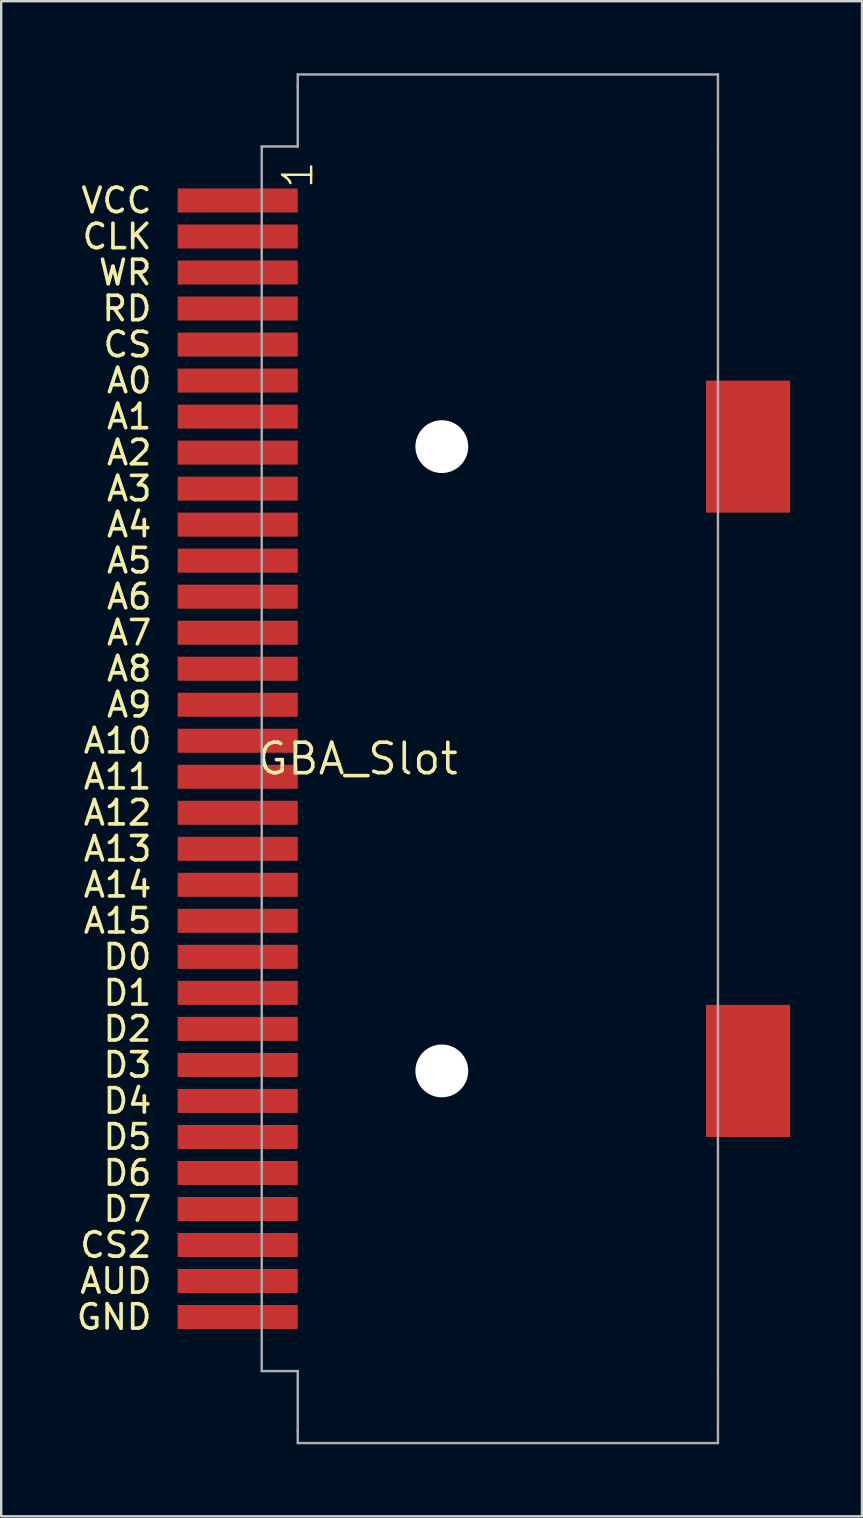
<source format=kicad_pcb>
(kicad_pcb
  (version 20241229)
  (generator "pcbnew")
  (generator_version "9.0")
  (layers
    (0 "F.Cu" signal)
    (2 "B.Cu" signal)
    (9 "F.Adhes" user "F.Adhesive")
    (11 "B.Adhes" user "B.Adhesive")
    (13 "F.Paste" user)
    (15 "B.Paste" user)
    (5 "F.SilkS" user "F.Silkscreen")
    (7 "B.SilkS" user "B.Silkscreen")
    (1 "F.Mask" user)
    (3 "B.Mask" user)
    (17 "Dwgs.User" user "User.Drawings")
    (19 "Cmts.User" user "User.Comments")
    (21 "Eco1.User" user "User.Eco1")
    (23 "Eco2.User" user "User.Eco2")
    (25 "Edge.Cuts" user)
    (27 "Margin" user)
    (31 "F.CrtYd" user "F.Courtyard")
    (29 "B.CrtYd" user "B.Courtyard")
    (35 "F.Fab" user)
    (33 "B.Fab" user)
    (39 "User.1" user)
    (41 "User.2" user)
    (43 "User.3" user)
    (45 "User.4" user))
  (footprint "GBA_Slot"
    (layer "F.Cu")
    (at 11.85 28.55)
    (property "Reference" "GBA_Slot" (at 0 0 0) (layer "F.SilkS") (effects (font (size 1.27 1.27) (thickness 0.15))))
    (attr through_hole)
    (fp_line (start -4 -25.5) (end -4 25.5) (stroke (width 0.1) (type solid)) (layer "F.Fab"))
    (fp_line (start -4 25.5) (end -2.5 25.5) (stroke (width 0.1) (type solid)) (layer "F.Fab"))
    (fp_line (start -2.5 -28.5) (end -2.5 -28) (stroke (width 0.1) (type solid)) (layer "F.Fab"))
    (fp_line (start -2.5 -25.5) (end -4 -25.5) (stroke (width 0.1) (type solid)) (layer "F.Fab"))
    (fp_line (start -2.5 -25.5) (end -2.5 -28) (stroke (width 0.1) (type solid)) (layer "F.Fab"))
    (fp_line (start -2.5 25.5) (end -2.5 28) (stroke (width 0.1) (type solid)) (layer "F.Fab"))
    (fp_line (start -2.5 28) (end -2.5 28.5) (stroke (width 0.1) (type solid)) (layer "F.Fab"))
    (fp_line (start 15 -28.5) (end -2.5 -28.5) (stroke (width 0.1) (type solid)) (layer "F.Fab"))
    (fp_line (start 15 -28) (end 15 -28.5) (stroke (width 0.1) (type solid)) (layer "F.Fab"))
    (fp_line (start 15 -28) (end 15 -25.5) (stroke (width 0.1) (type solid)) (layer "F.Fab"))
    (fp_line (start 15 -25.5) (end 15 25.5) (stroke (width 0.1) (type solid)) (layer "F.Fab"))
    (fp_line (start 15 28) (end 15 25.5) (stroke (width 0.1) (type solid)) (layer "F.Fab"))
    (fp_line (start 15 28) (end 15 28.5) (stroke (width 0.1) (type solid)) (layer "F.Fab"))
    (fp_line (start 15 28.5) (end -2.5 28.5) (stroke (width 0.1) (type solid)) (layer "F.Fab"))
    (fp_text user "A12" (at -8.5 2.25 0) (unlocked yes) (layer "F.SilkS") (effects (font (size 1.016 1.016) (thickness 0.152)) (justify right)))
    (fp_text user "A9" (at -8.5 -2.25 0) (unlocked yes) (layer "F.SilkS") (effects (font (size 1.016 1.016) (thickness 0.152)) (justify right)))
    (fp_text user "1" (at -1.79 -23.68 270) (layer "F.SilkS") (effects (font (size 1.206 1.206) (thickness 0.102)) (justify left bottom)))
    (fp_text user "D3" (at -8.5 12.75 0) (unlocked yes) (layer "F.SilkS") (effects (font (size 1.016 1.016) (thickness 0.152)) (justify right)))
    (fp_text user "RD" (at -8.5 -18.75 0) (unlocked yes) (layer "F.SilkS") (effects (font (size 1.016 1.016) (thickness 0.152)) (justify right)))
    (fp_text user "D6" (at -8.5 17.25 0) (unlocked yes) (layer "F.SilkS") (effects (font (size 1.016 1.016) (thickness 0.152)) (justify right)))
    (fp_text user "A2" (at -8.5 -12.75 0) (unlocked yes) (layer "F.SilkS") (effects (font (size 1.016 1.016) (thickness 0.152)) (justify right)))
    (fp_text user "A1" (at -8.5 -14.25 0) (unlocked yes) (layer "F.SilkS") (effects (font (size 1.016 1.016) (thickness 0.152)) (justify right)))
    (fp_text user "GND" (at -8.5 23.25 0) (unlocked yes) (layer "F.SilkS") (effects (font (size 1.016 1.016) (thickness 0.152)) (justify right)))
    (fp_text user "WR" (at -8.5 -20.25 0) (unlocked yes) (layer "F.SilkS") (effects (font (size 1.016 1.016) (thickness 0.152)) (justify right)))
    (fp_text user "D2" (at -8.5 11.25 0) (unlocked yes) (layer "F.SilkS") (effects (font (size 1.016 1.016) (thickness 0.152)) (justify right)))
    (fp_text user "A11" (at -8.5 0.75 0) (unlocked yes) (layer "F.SilkS") (effects (font (size 1.016 1.016) (thickness 0.152)) (justify right)))
    (fp_text user "A4" (at -8.5 -9.75 0) (unlocked yes) (layer "F.SilkS") (effects (font (size 1.016 1.016) (thickness 0.152)) (justify right)))
    (fp_text user "A0" (at -8.5 -15.75 0) (unlocked yes) (layer "F.SilkS") (effects (font (size 1.016 1.016) (thickness 0.152)) (justify right)))
    (fp_text user "CLK" (at -8.5 -21.75 0) (unlocked yes) (layer "F.SilkS") (effects (font (size 1.016 1.016) (thickness 0.152)) (justify right)))
    (fp_text user "A6" (at -8.5 -6.75 0) (unlocked yes) (layer "F.SilkS") (effects (font (size 1.016 1.016) (thickness 0.152)) (justify right)))
    (fp_text user "A7" (at -8.5 -5.25 0) (unlocked yes) (layer "F.SilkS") (effects (font (size 1.016 1.016) (thickness 0.152)) (justify right)))
    (fp_text user "A14" (at -8.5 5.25 0) (unlocked yes) (layer "F.SilkS") (effects (font (size 1.016 1.016) (thickness 0.152)) (justify right)))
    (fp_text user "A5" (at -8.5 -8.25 0) (unlocked yes) (layer "F.SilkS") (effects (font (size 1.016 1.016) (thickness 0.152)) (justify right)))
    (fp_text user "D7" (at -8.5 18.75 0) (unlocked yes) (layer "F.SilkS") (effects (font (size 1.016 1.016) (thickness 0.152)) (justify right)))
    (fp_text user "A10" (at -8.5 -0.75 0) (unlocked yes) (layer "F.SilkS") (effects (font (size 1.016 1.016) (thickness 0.152)) (justify right)))
    (fp_text user "CS2" (at -8.5 20.25 0) (unlocked yes) (layer "F.SilkS") (effects (font (size 1.016 1.016) (thickness 0.152)) (justify right)))
    (fp_text user "A13" (at -8.5 3.75 0) (unlocked yes) (layer "F.SilkS") (effects (font (size 1.016 1.016) (thickness 0.152)) (justify right)))
    (fp_text user "D4" (at -8.5 14.25 0) (unlocked yes) (layer "F.SilkS") (effects (font (size 1.016 1.016) (thickness 0.152)) (justify right)))
    (fp_text user "CS" (at -8.5 -17.25 0) (unlocked yes) (layer "F.SilkS") (effects (font (size 1.016 1.016) (thickness 0.152)) (justify right)))
    (fp_text user "A8" (at -8.5 -3.75 0) (unlocked yes) (layer "F.SilkS") (effects (font (size 1.016 1.016) (thickness 0.152)) (justify right)))
    (fp_text user "D0" (at -8.5 8.25 0) (unlocked yes) (layer "F.SilkS") (effects (font (size 1.016 1.016) (thickness 0.152)) (justify right)))
    (fp_text user "A15" (at -8.5 6.75 0) (unlocked yes) (layer "F.SilkS") (effects (font (size 1.016 1.016) (thickness 0.152)) (justify right)))
    (fp_text user "A3" (at -8.5 -11.25 0) (unlocked yes) (layer "F.SilkS") (effects (font (size 1.016 1.016) (thickness 0.152)) (justify right)))
    (fp_text user "VCC" (at -8.5 -23.25 0) (unlocked yes) (layer "F.SilkS") (effects (font (size 1.016 1.016) (thickness 0.152)) (justify right)))
    (fp_text user "AUD" (at -8.5 21.75 0) (unlocked yes) (layer "F.SilkS") (effects (font (size 1.016 1.016) (thickness 0.152)) (justify right)))
    (fp_text user "D5" (at -8.5 15.75 0) (unlocked yes) (layer "F.SilkS") (effects (font (size 1.016 1.016) (thickness 0.152)) (justify right)))
    (fp_text user "D1" (at -8.5 9.75 0) (unlocked yes) (layer "F.SilkS") (effects (font (size 1.016 1.016) (thickness 0.152)) (justify right)))
    (pad "" np_thru_hole circle (at 3.5 -13) (size 2.2 2.2) (drill 2.2) (layers "*.Cu" "*.Mask"))
    (pad "" np_thru_hole circle (at 3.5 13) (size 2.2 2.2) (drill 2.2) (layers "*.Cu" "*.Mask"))
    (pad "1" smd rect (at -5 -23.25 180) (size 5 1) (layers "F.Cu" "F.Mask" "F.Paste"))
    (pad "2" smd rect (at -5 -21.75 180) (size 5 1) (layers "F.Cu" "F.Mask" "F.Paste"))
    (pad "3" smd rect (at -5 -20.25 180) (size 5 1) (layers "F.Cu" "F.Mask" "F.Paste"))
    (pad "4" smd rect (at -5 -18.75 180) (size 5 1) (layers "F.Cu" "F.Mask" "F.Paste"))
    (pad "5" smd rect (at -5 -17.25 180) (size 5 1) (layers "F.Cu" "F.Mask" "F.Paste"))
    (pad "6" smd rect (at -5 -15.75 180) (size 5 1) (layers "F.Cu" "F.Mask" "F.Paste"))
    (pad "7" smd rect (at -5 -14.25 180) (size 5 1) (layers "F.Cu" "F.Mask" "F.Paste"))
    (pad "8" smd rect (at -5 -12.75 180) (size 5 1) (layers "F.Cu" "F.Mask" "F.Paste"))
    (pad "9" smd rect (at -5 -11.25 180) (size 5 1) (layers "F.Cu" "F.Mask" "F.Paste"))
    (pad "10" smd rect (at -5 -9.75 180) (size 5 1) (layers "F.Cu" "F.Mask" "F.Paste"))
    (pad "11" smd rect (at -5 -8.25 180) (size 5 1) (layers "F.Cu" "F.Mask" "F.Paste"))
    (pad "12" smd rect (at -5 -6.75 180) (size 5 1) (layers "F.Cu" "F.Mask" "F.Paste"))
    (pad "13" smd rect (at -5 -5.25 180) (size 5 1) (layers "F.Cu" "F.Mask" "F.Paste"))
    (pad "14" smd rect (at -5 -3.75 180) (size 5 1) (layers "F.Cu" "F.Mask" "F.Paste"))
    (pad "15" smd rect (at -5 -2.25 180) (size 5 1) (layers "F.Cu" "F.Mask" "F.Paste"))
    (pad "16" smd rect (at -5 -0.75 180) (size 5 1) (layers "F.Cu" "F.Mask" "F.Paste"))
    (pad "17" smd rect (at -5 0.75 180) (size 5 1) (layers "F.Cu" "F.Mask" "F.Paste"))
    (pad "18" smd rect (at -5 2.25 180) (size 5 1) (layers "F.Cu" "F.Mask" "F.Paste"))
    (pad "19" smd rect (at -5 3.75 180) (size 5 1) (layers "F.Cu" "F.Mask" "F.Paste"))
    (pad "20" smd rect (at -5 5.25 180) (size 5 1) (layers "F.Cu" "F.Mask" "F.Paste"))
    (pad "21" smd rect (at -5 6.75 180) (size 5 1) (layers "F.Cu" "F.Mask" "F.Paste"))
    (pad "22" smd rect (at -5 8.25 180) (size 5 1) (layers "F.Cu" "F.Mask" "F.Paste"))
    (pad "23" smd rect (at -5 9.75 180) (size 5 1) (layers "F.Cu" "F.Mask" "F.Paste"))
    (pad "24" smd rect (at -5 11.25 180) (size 5 1) (layers "F.Cu" "F.Mask" "F.Paste"))
    (pad "25" smd rect (at -5 12.75 180) (size 5 1) (layers "F.Cu" "F.Mask" "F.Paste"))
    (pad "26" smd rect (at -5 14.25 180) (size 5 1) (layers "F.Cu" "F.Mask" "F.Paste"))
    (pad "27" smd rect (at -5 15.75 180) (size 5 1) (layers "F.Cu" "F.Mask" "F.Paste"))
    (pad "28" smd rect (at -5 17.25 180) (size 5 1) (layers "F.Cu" "F.Mask" "F.Paste"))
    (pad "29" smd rect (at -5 18.75 180) (size 5 1) (layers "F.Cu" "F.Mask" "F.Paste"))
    (pad "30" smd rect (at -5 20.25 180) (size 5 1) (layers "F.Cu" "F.Mask" "F.Paste"))
    (pad "31" smd rect (at -5 21.75 180) (size 5 1) (layers "F.Cu" "F.Mask" "F.Paste"))
    (pad "32" smd rect (at -5 23.25 180) (size 5 1) (layers "F.Cu" "F.Mask" "F.Paste"))
    (pad "33" smd rect (at 16.25 -13 270) (size 5.5 3.5) (layers "F.Cu" "F.Mask" "F.Paste"))
    (pad "34" smd rect (at 16.25 13 270) (size 5.5 3.5) (layers "F.Cu" "F.Mask" "F.Paste")))
  (gr_rect
    (start -3 -3)
    (end 32.85 60.1)
    (stroke (width 0.1) (type default))
    (fill no)
    (layer "Edge.Cuts")))
</source>
